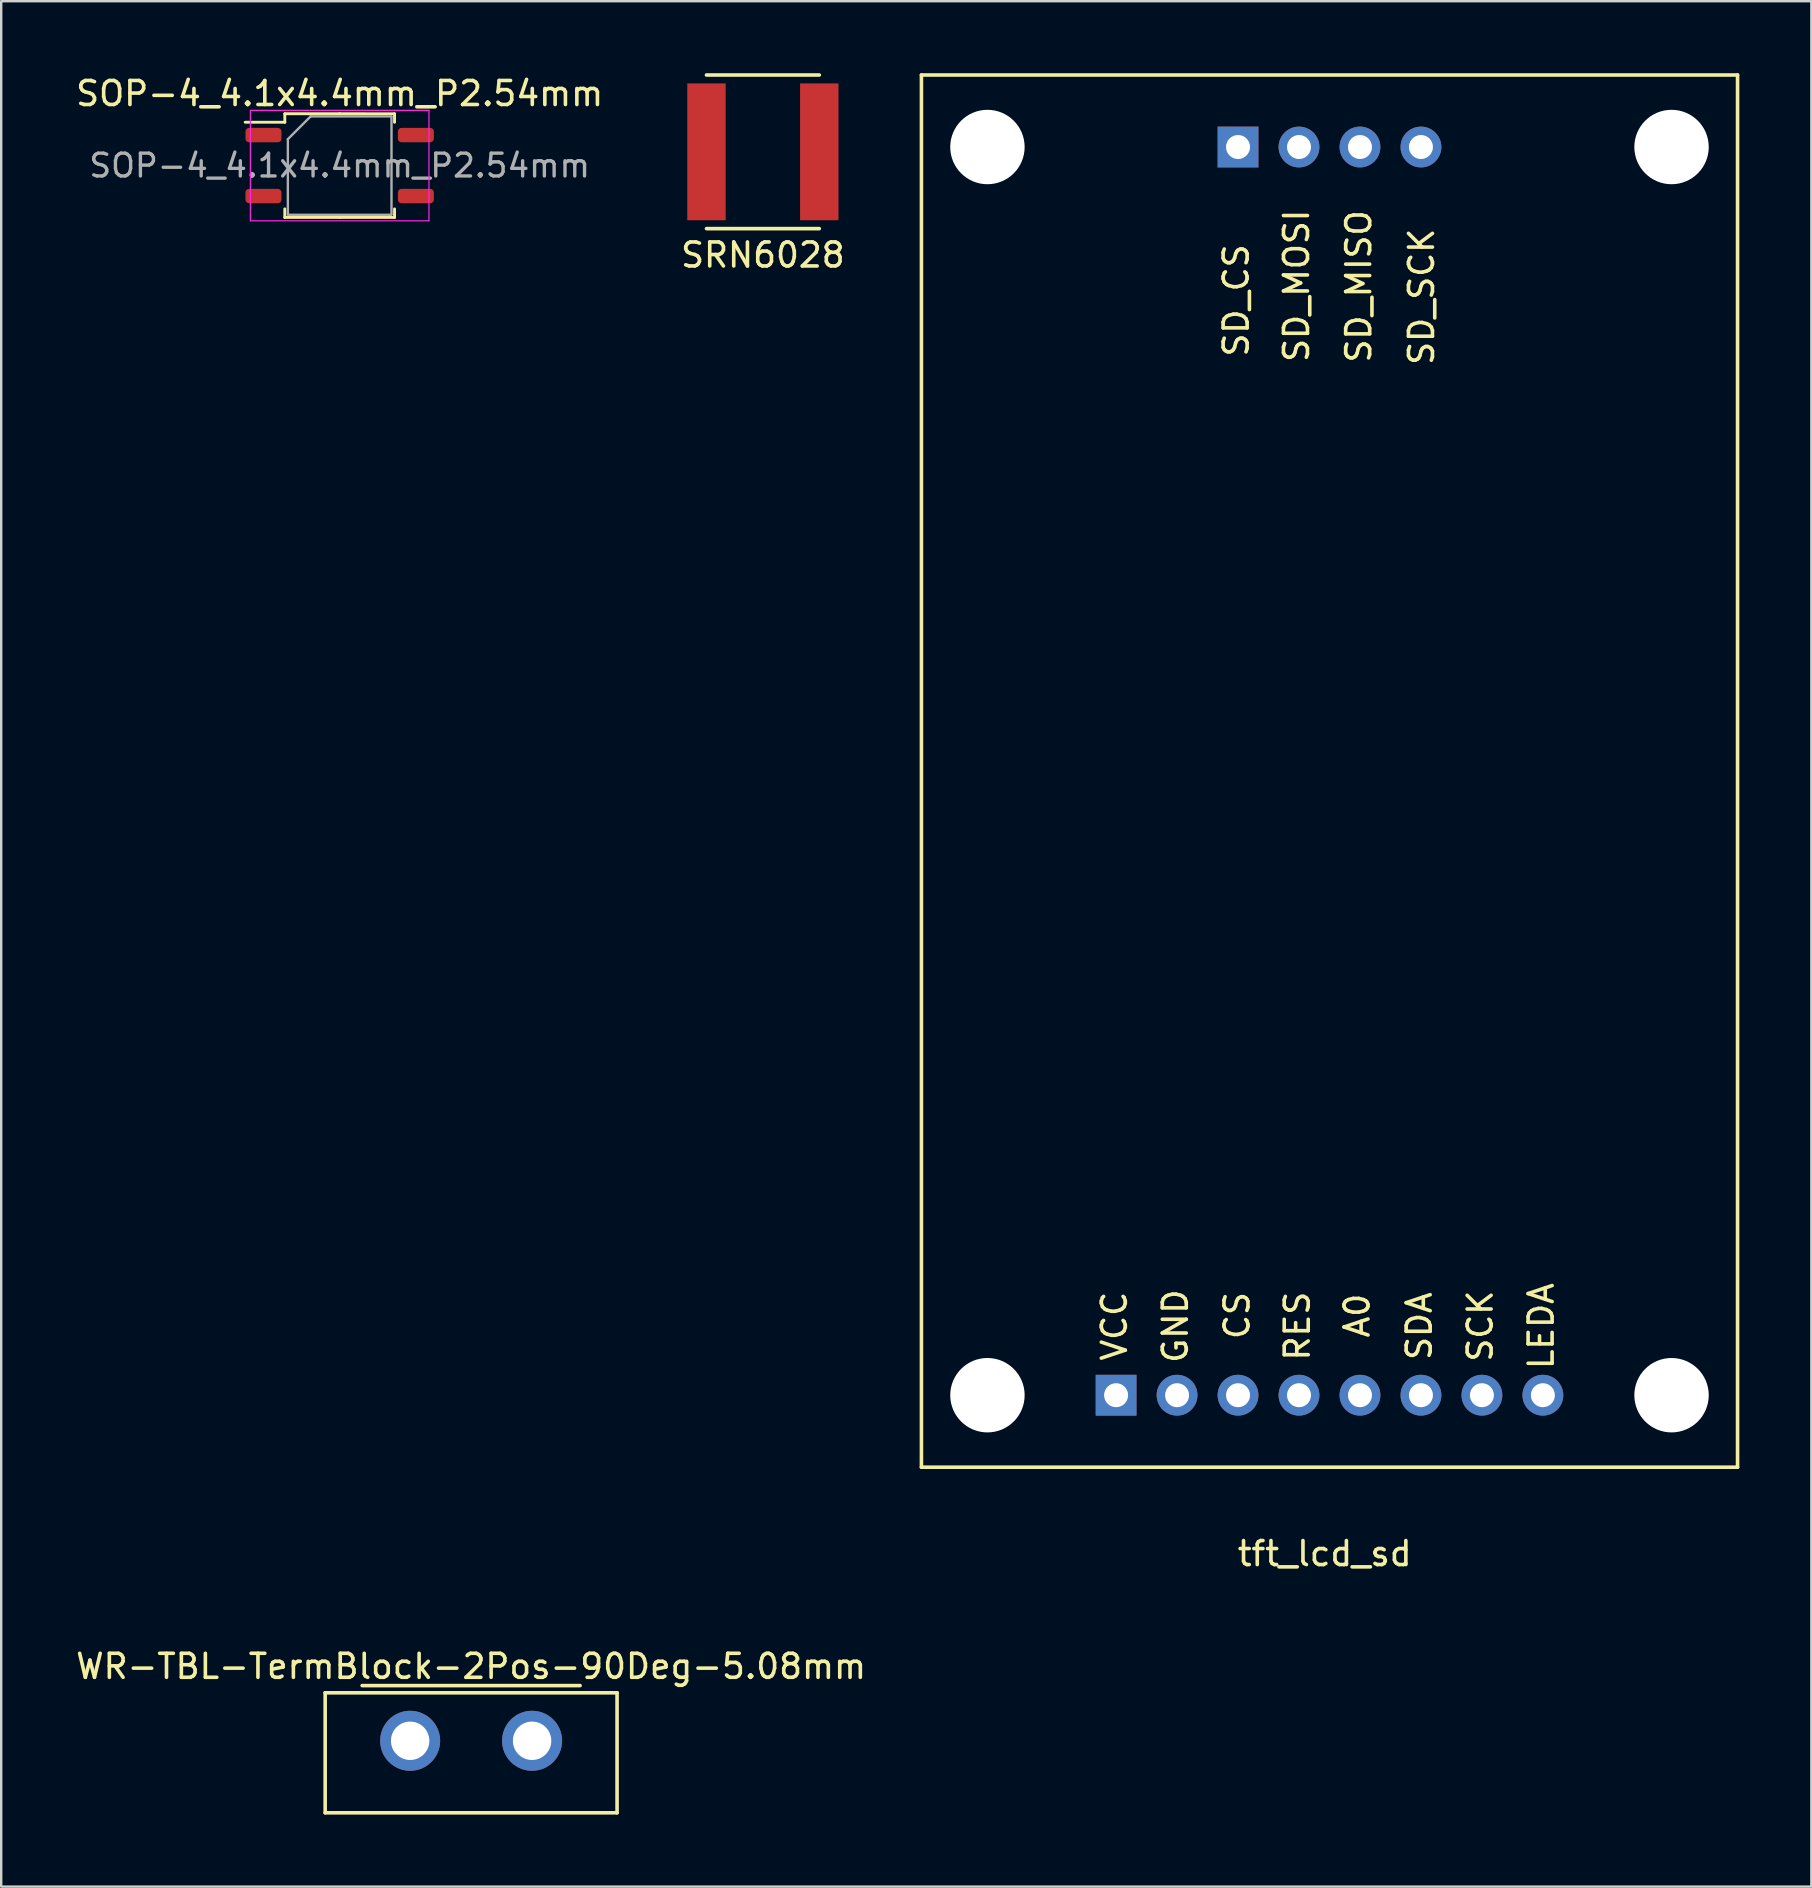
<source format=kicad_pcb>
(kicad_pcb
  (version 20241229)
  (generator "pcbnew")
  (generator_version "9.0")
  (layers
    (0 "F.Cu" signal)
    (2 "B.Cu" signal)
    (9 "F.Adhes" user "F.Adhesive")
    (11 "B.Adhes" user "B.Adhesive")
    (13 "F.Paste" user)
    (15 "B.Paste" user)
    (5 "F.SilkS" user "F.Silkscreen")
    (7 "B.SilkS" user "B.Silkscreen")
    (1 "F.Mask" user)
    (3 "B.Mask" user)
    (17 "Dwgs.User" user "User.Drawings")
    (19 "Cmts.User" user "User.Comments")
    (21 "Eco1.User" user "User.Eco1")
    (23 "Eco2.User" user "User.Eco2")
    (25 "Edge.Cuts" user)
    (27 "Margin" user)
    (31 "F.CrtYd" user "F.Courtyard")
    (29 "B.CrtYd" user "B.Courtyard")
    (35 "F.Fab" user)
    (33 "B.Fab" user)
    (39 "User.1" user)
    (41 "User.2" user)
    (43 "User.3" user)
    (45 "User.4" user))
  (footprint "SOP-4_4.1x4.4mm_P2.54mm"
    (layer "F.Cu")
    (at 11.101 3.848)
    (property "Reference" "SOP-4_4.1x4.4mm_P2.54mm" (at 0 -3 0) (layer "F.SilkS") (effects (font (size 1 1) (thickness 0.15))))
    (attr smd)
    (fp_line (start -2.286 -2.159) (end -2.286 -1.804) (stroke (width 0.12) (type solid)) (layer "F.SilkS"))
    (fp_line (start -2.286 -1.805) (end -3.937 -1.805) (stroke (width 0.12) (type solid)) (layer "F.SilkS"))
    (fp_line (start -2.286 2.16) (end -2.286 1.805) (stroke (width 0.12) (type solid)) (layer "F.SilkS"))
    (fp_line (start 0 -2.16) (end -2.286 -2.16) (stroke (width 0.12) (type solid)) (layer "F.SilkS"))
    (fp_line (start 0 -2.16) (end 2.286 -2.159) (stroke (width 0.12) (type solid)) (layer "F.SilkS"))
    (fp_line (start 0 2.16) (end -2.286 2.16) (stroke (width 0.12) (type solid)) (layer "F.SilkS"))
    (fp_line (start 0 2.16) (end 2.286 2.16) (stroke (width 0.12) (type solid)) (layer "F.SilkS"))
    (fp_line (start 2.286 -2.159) (end 2.286 -1.804) (stroke (width 0.12) (type solid)) (layer "F.SilkS"))
    (fp_line (start 2.286 2.16) (end 2.286 1.805) (stroke (width 0.12) (type solid)) (layer "F.SilkS"))
    (fp_line (start -3.72 -2.3) (end -3.72 2.3) (stroke (width 0.05) (type solid)) (layer "F.CrtYd"))
    (fp_line (start -3.72 2.3) (end 3.72 2.3) (stroke (width 0.05) (type solid)) (layer "F.CrtYd"))
    (fp_line (start 3.72 -2.3) (end -3.72 -2.3) (stroke (width 0.05) (type solid)) (layer "F.CrtYd"))
    (fp_line (start 3.72 2.3) (end 3.72 -2.3) (stroke (width 0.05) (type solid)) (layer "F.CrtYd"))
    (fp_line (start -2.159 -1.1) (end -1.209 -2.05) (stroke (width 0.1) (type solid)) (layer "F.Fab"))
    (fp_line (start -2.159 2.032) (end -2.159 -1.1) (stroke (width 0.1) (type solid)) (layer "F.Fab"))
    (fp_line (start -1.209 -2.05) (end 2.159 -2.05) (stroke (width 0.1) (type solid)) (layer "F.Fab"))
    (fp_line (start 2.154 2.05) (end -2.159 2.05) (stroke (width 0.1) (type solid)) (layer "F.Fab"))
    (fp_line (start 2.159 -2.032) (end 2.159 2.032) (stroke (width 0.1) (type solid)) (layer "F.Fab"))
    (fp_text user "${REFERENCE}" (at 0 0 0) (layer "F.Fab") (effects (font (size 0.95 0.95) (thickness 0.14))))
    (pad "1" smd roundrect (at -3.175 -1.27) (size 1.5 0.6) (layers "F.Cu" "F.Mask" "F.Paste") (roundrect_rratio 0.25))
    (pad "2" smd roundrect (at -3.175 1.27) (size 1.5 0.6) (layers "F.Cu" "F.Mask" "F.Paste") (roundrect_rratio 0.25))
    (pad "3" smd roundrect (at 3.175 1.27) (size 1.5 0.6) (layers "F.Cu" "F.Mask" "F.Paste") (roundrect_rratio 0.25))
    (pad "4" smd roundrect (at 3.175 -1.27) (size 1.5 0.6) (layers "F.Cu" "F.Mask" "F.Paste") (roundrect_rratio 0.25)))
  (footprint "WR-TBL-TermBlock-2Pos-90Deg-5.08mm"
    (layer "F.Cu")
    (at 14.037 69.472)
    (property "Reference" "WR-TBL-TermBlock-2Pos-90Deg-5.08mm" (at 2.54 -3.1 0) (layer "F.SilkS") (effects (font (size 1 1) (thickness 0.15))))
    (attr through_hole)
    (fp_line (start -3.54 -2) (end 8.62 -2) (stroke (width 0.15) (type solid)) (layer "F.SilkS"))
    (fp_line (start -3.54 3) (end -3.54 -2) (stroke (width 0.15) (type solid)) (layer "F.SilkS"))
    (fp_line (start -3.54 3) (end 8.62 3) (stroke (width 0.15) (type solid)) (layer "F.SilkS"))
    (fp_line (start -2 -2.3) (end 7.08 -2.3) (stroke (width 0.15) (type solid)) (layer "F.SilkS"))
    (fp_line (start 8.62 3) (end 8.62 -2) (stroke (width 0.15) (type solid)) (layer "F.SilkS"))
    (pad "1" thru_hole circle (at 0 0) (size 2.5 2.5) (drill 1.6) (layers "*.Cu" "*.Mask"))
    (pad "2" thru_hole circle (at 5.08 0) (size 2.5 2.5) (drill 1.6) (layers "*.Cu" "*.Mask")))
  (footprint "tft_lcd_sd"
    (layer "F.Cu")
    (at 52.337 29.075)
    (property "Reference" "tft_lcd_sd" (at -0.2 32.6 0) (layer "F.SilkS") (effects (font (size 1 1) (thickness 0.15))))
    (attr through_hole)
    (fp_line (start -17 -29) (end 17 -29) (stroke (width 0.15) (type solid)) (layer "F.SilkS"))
    (fp_line (start -17 29) (end -17 -29) (stroke (width 0.15) (type solid)) (layer "F.SilkS"))
    (fp_line (start 17 29) (end -17 29) (stroke (width 0.15) (type solid)) (layer "F.SilkS"))
    (fp_line (start 17 29) (end 17 -29) (stroke (width 0.15) (type solid)) (layer "F.SilkS"))
    (fp_text user "GND" (at -6.421 23.122 270) (layer "F.SilkS") (effects (font (size 1 1) (thickness 0.15))))
    (fp_text user "SD_MISO  " (at 1.219 -20.955 270) (layer "F.SilkS") (effects (font (size 1 1) (thickness 0.15))))
    (fp_text user "LEDA" (at 8.819 23.122 270) (layer "F.SilkS") (effects (font (size 1 1) (thickness 0.15))))
    (fp_text user "SD_MOSI  " (at -1.372 -20.98 270) (layer "F.SilkS") (effects (font (size 1 1) (thickness 0.15))))
    (fp_text user "A0" (at 1.149 22.682 270) (layer "F.SilkS") (effects (font (size 1 1) (thickness 0.15))))
    (fp_text user "SCK" (at 6.279 23.122 270) (layer "F.SilkS") (effects (font (size 1 1) (thickness 0.15))))
    (fp_text user "SD_SCK   " (at 3.835 -20.904 270) (layer "F.SilkS") (effects (font (size 1 1) (thickness 0.15))))
    (fp_text user "SDA" (at 3.739 23.122 270) (layer "F.SilkS") (effects (font (size 1 1) (thickness 0.15))))
    (fp_text user "CS" (at -3.851 22.682 270) (layer "F.SilkS") (effects (font (size 1 1) (thickness 0.15))))
    (fp_text user "VCC" (at -8.961 23.122 270) (layer "F.SilkS") (effects (font (size 1 1) (thickness 0.15))))
    (fp_text user "SD_CS    " (at -3.886 -21.133 270) (layer "F.SilkS") (effects (font (size 1 1) (thickness 0.15))))
    (fp_text user "RES" (at -1.341 23.122 270) (layer "F.SilkS") (effects (font (size 1 1) (thickness 0.15))))
    (pad "" np_thru_hole circle (at -14.25 -26) (size 3.1 3.1) (drill 3.1) (layers "*.Cu" "*.Mask"))
    (pad "" np_thru_hole circle (at -14.25 26) (size 3.1 3.1) (drill 3.1) (layers "*.Cu" "*.Mask"))
    (pad "" np_thru_hole circle (at 14.25 -26) (size 3.1 3.1) (drill 3.1) (layers "*.Cu" "*.Mask"))
    (pad "" np_thru_hole circle (at 14.25 26) (size 3.1 3.1) (drill 3.1) (layers "*.Cu" "*.Mask"))
    (pad "1" thru_hole rect (at -8.89 26 180) (size 1.7 1.7) (drill 1) (layers "*.Cu" "*.Mask"))
    (pad "2" thru_hole circle (at -6.35 26 180) (size 1.7 1.7) (drill 1) (layers "*.Cu" "*.Mask"))
    (pad "3" thru_hole circle (at -3.81 26 180) (size 1.7 1.7) (drill 1) (layers "*.Cu" "*.Mask"))
    (pad "4" thru_hole circle (at -1.27 26 180) (size 1.7 1.7) (drill 1) (layers "*.Cu" "*.Mask"))
    (pad "5" thru_hole circle (at 1.27 26 180) (size 1.7 1.7) (drill 1) (layers "*.Cu" "*.Mask"))
    (pad "6" thru_hole circle (at 3.81 26 180) (size 1.7 1.7) (drill 1) (layers "*.Cu" "*.Mask"))
    (pad "7" thru_hole circle (at 6.35 26 180) (size 1.7 1.7) (drill 1) (layers "*.Cu" "*.Mask"))
    (pad "8" thru_hole circle (at 8.89 26 180) (size 1.7 1.7) (drill 1) (layers "*.Cu" "*.Mask"))
    (pad "9" thru_hole circle (at 3.81 -26) (size 1.7 1.7) (drill 1) (layers "*.Cu" "*.Mask"))
    (pad "10" thru_hole circle (at 1.27 -26) (size 1.7 1.7) (drill 1) (layers "*.Cu" "*.Mask"))
    (pad "11" thru_hole circle (at -1.27 -26) (size 1.7 1.7) (drill 1) (layers "*.Cu" "*.Mask"))
    (pad "12" thru_hole rect (at -3.81 -26) (size 1.7 1.7) (drill 1) (layers "*.Cu" "*.Mask")))
  (footprint "SRN6028"
    (layer "F.Cu")
    (at 28.732 3.275)
    (property "Reference" "SRN6028" (at 0 4.3 0) (layer "F.SilkS") (effects (font (size 1 1) (thickness 0.15))))
    (attr through_hole)
    (fp_line (start -2.35 -3.2) (end 2.35 -3.2) (stroke (width 0.15) (type solid)) (layer "F.SilkS"))
    (fp_line (start -2.35 3.2) (end 2.35 3.2) (stroke (width 0.15) (type solid)) (layer "F.SilkS"))
    (pad "1" smd rect (at -2.35 0) (size 1.6 5.7) (layers "F.Cu" "F.Mask" "F.Paste"))
    (pad "2" smd rect (at 2.35 0) (size 1.6 5.7) (layers "F.Cu" "F.Mask" "F.Paste")))
  (gr_rect
    (start -3 -3)
    (end 72.412 75.546)
    (stroke (width 0.1) (type default))
    (fill no)
    (layer "Edge.Cuts")))
</source>
